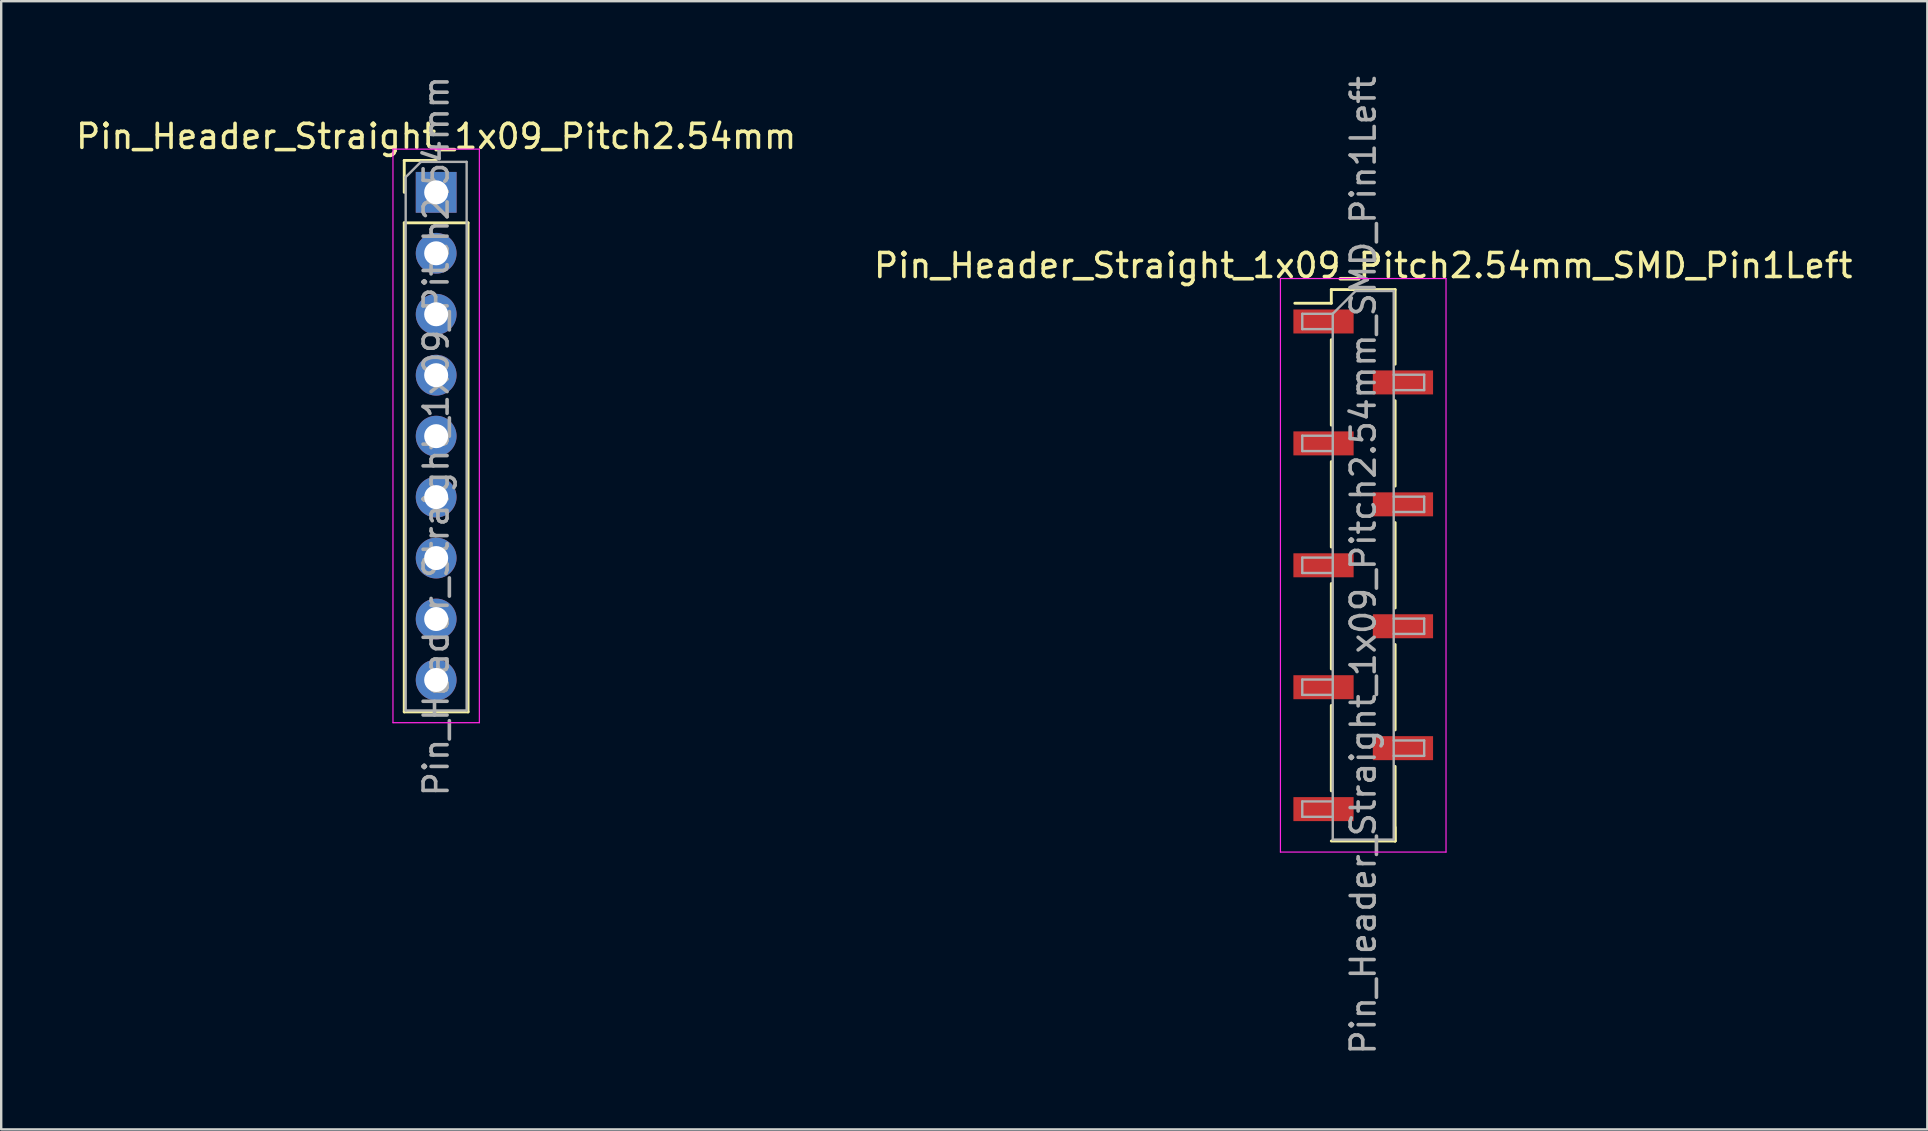
<source format=kicad_pcb>
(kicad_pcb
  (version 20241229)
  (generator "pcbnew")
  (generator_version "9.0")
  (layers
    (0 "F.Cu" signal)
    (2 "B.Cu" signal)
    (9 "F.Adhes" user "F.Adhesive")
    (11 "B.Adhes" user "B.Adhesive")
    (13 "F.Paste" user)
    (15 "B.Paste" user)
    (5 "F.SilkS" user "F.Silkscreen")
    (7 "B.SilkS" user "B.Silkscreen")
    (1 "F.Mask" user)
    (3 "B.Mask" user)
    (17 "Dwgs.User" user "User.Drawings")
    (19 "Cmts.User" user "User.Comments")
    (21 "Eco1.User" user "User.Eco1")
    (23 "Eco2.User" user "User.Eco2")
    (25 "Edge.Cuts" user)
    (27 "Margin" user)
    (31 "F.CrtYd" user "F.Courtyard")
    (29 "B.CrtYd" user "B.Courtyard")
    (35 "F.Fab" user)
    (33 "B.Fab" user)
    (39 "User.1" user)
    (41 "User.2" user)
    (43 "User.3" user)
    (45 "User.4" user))
  (footprint "Pin_Header_Straight_1x09_Pitch2.54mm_SMD_Pin1Left"
    (layer "F.Cu")
    (at 53.756 20.506)
    (property "Reference" "Pin_Header_Straight_1x09_Pitch2.54mm_SMD_Pin1Left" (at 0 -12.49 0) (layer "F.SilkS") (effects (font (size 1 1) (thickness 0.15))))
    (attr smd)
    (fp_line (start -1.33 -11.49) (end -1.33 -10.92) (stroke (width 0.12) (type solid)) (layer "F.SilkS"))
    (fp_line (start -1.33 -11.49) (end 1.33 -11.49) (stroke (width 0.12) (type solid)) (layer "F.SilkS"))
    (fp_line (start -1.33 -10.92) (end -2.85 -10.92) (stroke (width 0.12) (type solid)) (layer "F.SilkS"))
    (fp_line (start -1.33 -9.4) (end -1.33 -5.84) (stroke (width 0.12) (type solid)) (layer "F.SilkS"))
    (fp_line (start -1.33 -4.32) (end -1.33 -0.76) (stroke (width 0.12) (type solid)) (layer "F.SilkS"))
    (fp_line (start -1.33 0.76) (end -1.33 4.32) (stroke (width 0.12) (type solid)) (layer "F.SilkS"))
    (fp_line (start -1.33 5.84) (end -1.33 9.4) (stroke (width 0.12) (type solid)) (layer "F.SilkS"))
    (fp_line (start -1.33 11.49) (end 1.33 11.49) (stroke (width 0.12) (type solid)) (layer "F.SilkS"))
    (fp_line (start 1.33 -11.49) (end 1.33 -8.38) (stroke (width 0.12) (type solid)) (layer "F.SilkS"))
    (fp_line (start 1.33 -6.86) (end 1.33 -3.3) (stroke (width 0.12) (type solid)) (layer "F.SilkS"))
    (fp_line (start 1.33 -1.78) (end 1.33 1.78) (stroke (width 0.12) (type solid)) (layer "F.SilkS"))
    (fp_line (start 1.33 3.3) (end 1.33 6.86) (stroke (width 0.12) (type solid)) (layer "F.SilkS"))
    (fp_line (start 1.33 8.38) (end 1.33 11.49) (stroke (width 0.12) (type solid)) (layer "F.SilkS"))
    (fp_line (start 1.33 10.92) (end 1.33 11.49) (stroke (width 0.12) (type solid)) (layer "F.SilkS"))
    (fp_line (start -3.45 -11.95) (end -3.45 11.95) (stroke (width 0.05) (type solid)) (layer "F.CrtYd"))
    (fp_line (start -3.45 11.95) (end 3.45 11.95) (stroke (width 0.05) (type solid)) (layer "F.CrtYd"))
    (fp_line (start 3.45 -11.95) (end -3.45 -11.95) (stroke (width 0.05) (type solid)) (layer "F.CrtYd"))
    (fp_line (start 3.45 11.95) (end 3.45 -11.95) (stroke (width 0.05) (type solid)) (layer "F.CrtYd"))
    (fp_line (start -2.54 -10.48) (end -2.54 -9.84) (stroke (width 0.1) (type solid)) (layer "F.Fab"))
    (fp_line (start -2.54 -9.84) (end -1.27 -9.84) (stroke (width 0.1) (type solid)) (layer "F.Fab"))
    (fp_line (start -2.54 -5.4) (end -2.54 -4.76) (stroke (width 0.1) (type solid)) (layer "F.Fab"))
    (fp_line (start -2.54 -4.76) (end -1.27 -4.76) (stroke (width 0.1) (type solid)) (layer "F.Fab"))
    (fp_line (start -2.54 -0.32) (end -2.54 0.32) (stroke (width 0.1) (type solid)) (layer "F.Fab"))
    (fp_line (start -2.54 0.32) (end -1.27 0.32) (stroke (width 0.1) (type solid)) (layer "F.Fab"))
    (fp_line (start -2.54 4.76) (end -2.54 5.4) (stroke (width 0.1) (type solid)) (layer "F.Fab"))
    (fp_line (start -2.54 5.4) (end -1.27 5.4) (stroke (width 0.1) (type solid)) (layer "F.Fab"))
    (fp_line (start -2.54 9.84) (end -2.54 10.48) (stroke (width 0.1) (type solid)) (layer "F.Fab"))
    (fp_line (start -2.54 10.48) (end -1.27 10.48) (stroke (width 0.1) (type solid)) (layer "F.Fab"))
    (fp_line (start -1.27 -10.48) (end -2.54 -10.48) (stroke (width 0.1) (type solid)) (layer "F.Fab"))
    (fp_line (start -1.27 -10.48) (end -0.32 -11.43) (stroke (width 0.1) (type solid)) (layer "F.Fab"))
    (fp_line (start -1.27 -5.4) (end -2.54 -5.4) (stroke (width 0.1) (type solid)) (layer "F.Fab"))
    (fp_line (start -1.27 -0.32) (end -2.54 -0.32) (stroke (width 0.1) (type solid)) (layer "F.Fab"))
    (fp_line (start -1.27 4.76) (end -2.54 4.76) (stroke (width 0.1) (type solid)) (layer "F.Fab"))
    (fp_line (start -1.27 9.84) (end -2.54 9.84) (stroke (width 0.1) (type solid)) (layer "F.Fab"))
    (fp_line (start -1.27 11.43) (end -1.27 -10.48) (stroke (width 0.1) (type solid)) (layer "F.Fab"))
    (fp_line (start -0.32 -11.43) (end 1.27 -11.43) (stroke (width 0.1) (type solid)) (layer "F.Fab"))
    (fp_line (start 1.27 -11.43) (end 1.27 11.43) (stroke (width 0.1) (type solid)) (layer "F.Fab"))
    (fp_line (start 1.27 -7.94) (end 2.54 -7.94) (stroke (width 0.1) (type solid)) (layer "F.Fab"))
    (fp_line (start 1.27 -2.86) (end 2.54 -2.86) (stroke (width 0.1) (type solid)) (layer "F.Fab"))
    (fp_line (start 1.27 2.22) (end 2.54 2.22) (stroke (width 0.1) (type solid)) (layer "F.Fab"))
    (fp_line (start 1.27 7.3) (end 2.54 7.3) (stroke (width 0.1) (type solid)) (layer "F.Fab"))
    (fp_line (start 1.27 11.43) (end -1.27 11.43) (stroke (width 0.1) (type solid)) (layer "F.Fab"))
    (fp_line (start 2.54 -7.94) (end 2.54 -7.3) (stroke (width 0.1) (type solid)) (layer "F.Fab"))
    (fp_line (start 2.54 -7.3) (end 1.27 -7.3) (stroke (width 0.1) (type solid)) (layer "F.Fab"))
    (fp_line (start 2.54 -2.86) (end 2.54 -2.22) (stroke (width 0.1) (type solid)) (layer "F.Fab"))
    (fp_line (start 2.54 -2.22) (end 1.27 -2.22) (stroke (width 0.1) (type solid)) (layer "F.Fab"))
    (fp_line (start 2.54 2.22) (end 2.54 2.86) (stroke (width 0.1) (type solid)) (layer "F.Fab"))
    (fp_line (start 2.54 2.86) (end 1.27 2.86) (stroke (width 0.1) (type solid)) (layer "F.Fab"))
    (fp_line (start 2.54 7.3) (end 2.54 7.94) (stroke (width 0.1) (type solid)) (layer "F.Fab"))
    (fp_line (start 2.54 7.94) (end 1.27 7.94) (stroke (width 0.1) (type solid)) (layer "F.Fab"))
    (fp_text user "${REFERENCE}" (at 0 0 90) (layer "F.Fab") (effects (font (size 1 1) (thickness 0.15))))
    (pad "1" smd rect (at -1.655 -10.16) (size 2.51 1) (layers "F.Cu" "F.Mask" "F.Paste"))
    (pad "2" smd rect (at 1.655 -7.62) (size 2.51 1) (layers "F.Cu" "F.Mask" "F.Paste"))
    (pad "3" smd rect (at -1.655 -5.08) (size 2.51 1) (layers "F.Cu" "F.Mask" "F.Paste"))
    (pad "4" smd rect (at 1.655 -2.54) (size 2.51 1) (layers "F.Cu" "F.Mask" "F.Paste"))
    (pad "5" smd rect (at -1.655 0) (size 2.51 1) (layers "F.Cu" "F.Mask" "F.Paste"))
    (pad "6" smd rect (at 1.655 2.54) (size 2.51 1) (layers "F.Cu" "F.Mask" "F.Paste"))
    (pad "7" smd rect (at -1.655 5.08) (size 2.51 1) (layers "F.Cu" "F.Mask" "F.Paste"))
    (pad "8" smd rect (at 1.655 7.62) (size 2.51 1) (layers "F.Cu" "F.Mask" "F.Paste"))
    (pad "9" smd rect (at -1.655 10.16) (size 2.51 1) (layers "F.Cu" "F.Mask" "F.Paste")))
  (footprint "Pin_Header_Straight_1x09_Pitch2.54mm"
    (layer "F.Cu")
    (at 15.125 4.965)
    (property "Reference" "Pin_Header_Straight_1x09_Pitch2.54mm" (at 0 -2.33 0) (layer "F.SilkS") (effects (font (size 1 1) (thickness 0.15))))
    (attr through_hole)
    (fp_line (start -1.33 -1.33) (end 0 -1.33) (stroke (width 0.12) (type solid)) (layer "F.SilkS"))
    (fp_line (start -1.33 0) (end -1.33 -1.33) (stroke (width 0.12) (type solid)) (layer "F.SilkS"))
    (fp_line (start -1.33 1.27) (end -1.33 21.65) (stroke (width 0.12) (type solid)) (layer "F.SilkS"))
    (fp_line (start -1.33 1.27) (end 1.33 1.27) (stroke (width 0.12) (type solid)) (layer "F.SilkS"))
    (fp_line (start -1.33 21.65) (end 1.33 21.65) (stroke (width 0.12) (type solid)) (layer "F.SilkS"))
    (fp_line (start 1.33 1.27) (end 1.33 21.65) (stroke (width 0.12) (type solid)) (layer "F.SilkS"))
    (fp_line (start -1.8 -1.8) (end -1.8 22.1) (stroke (width 0.05) (type solid)) (layer "F.CrtYd"))
    (fp_line (start -1.8 22.1) (end 1.8 22.1) (stroke (width 0.05) (type solid)) (layer "F.CrtYd"))
    (fp_line (start 1.8 -1.8) (end -1.8 -1.8) (stroke (width 0.05) (type solid)) (layer "F.CrtYd"))
    (fp_line (start 1.8 22.1) (end 1.8 -1.8) (stroke (width 0.05) (type solid)) (layer "F.CrtYd"))
    (fp_line (start -1.27 -0.635) (end -0.635 -1.27) (stroke (width 0.1) (type solid)) (layer "F.Fab"))
    (fp_line (start -1.27 21.59) (end -1.27 -0.635) (stroke (width 0.1) (type solid)) (layer "F.Fab"))
    (fp_line (start -0.635 -1.27) (end 1.27 -1.27) (stroke (width 0.1) (type solid)) (layer "F.Fab"))
    (fp_line (start 1.27 -1.27) (end 1.27 21.59) (stroke (width 0.1) (type solid)) (layer "F.Fab"))
    (fp_line (start 1.27 21.59) (end -1.27 21.59) (stroke (width 0.1) (type solid)) (layer "F.Fab"))
    (fp_text user "${REFERENCE}" (at 0 10.16 90) (layer "F.Fab") (effects (font (size 1 1) (thickness 0.15))))
    (pad "1" thru_hole rect (at 0 0) (size 1.7 1.7) (drill 1) (layers "*.Cu" "*.Mask"))
    (pad "2" thru_hole oval (at 0 2.54) (size 1.7 1.7) (drill 1) (layers "*.Cu" "*.Mask"))
    (pad "3" thru_hole oval (at 0 5.08) (size 1.7 1.7) (drill 1) (layers "*.Cu" "*.Mask"))
    (pad "4" thru_hole oval (at 0 7.62) (size 1.7 1.7) (drill 1) (layers "*.Cu" "*.Mask"))
    (pad "5" thru_hole oval (at 0 10.16) (size 1.7 1.7) (drill 1) (layers "*.Cu" "*.Mask"))
    (pad "6" thru_hole oval (at 0 12.7) (size 1.7 1.7) (drill 1) (layers "*.Cu" "*.Mask"))
    (pad "7" thru_hole oval (at 0 15.24) (size 1.7 1.7) (drill 1) (layers "*.Cu" "*.Mask"))
    (pad "8" thru_hole oval (at 0 17.78) (size 1.7 1.7) (drill 1) (layers "*.Cu" "*.Mask"))
    (pad "9" thru_hole oval (at 0 20.32) (size 1.7 1.7) (drill 1) (layers "*.Cu" "*.Mask")))
  (gr_rect
    (start -3 -3)
    (end 77.262 44.012)
    (stroke (width 0.1) (type default))
    (fill no)
    (layer "Edge.Cuts")))
</source>
